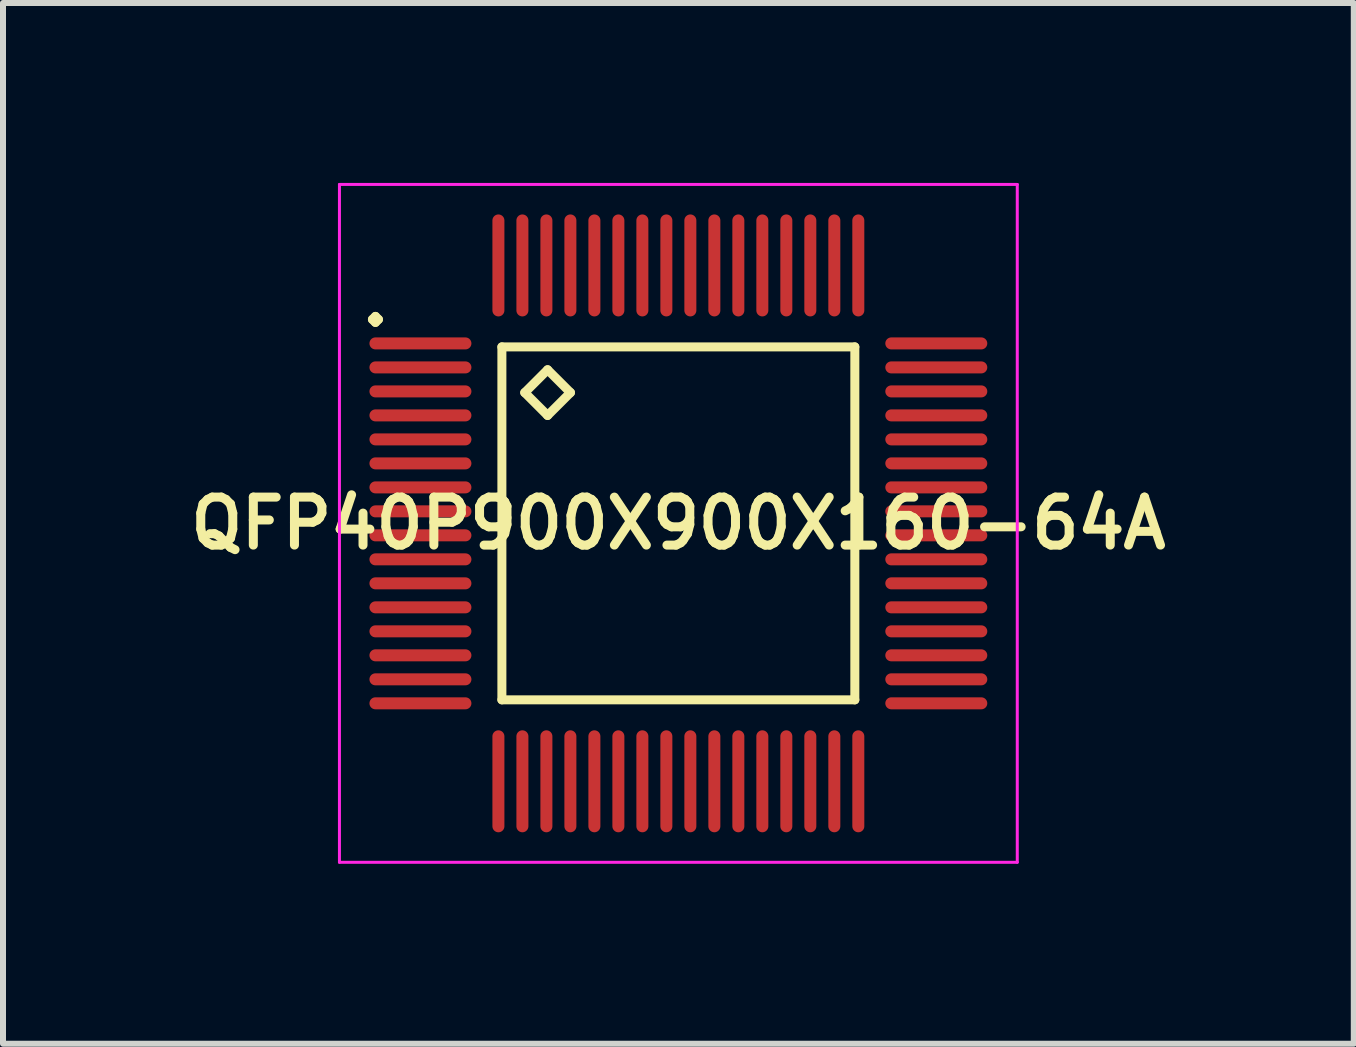
<source format=kicad_pcb>
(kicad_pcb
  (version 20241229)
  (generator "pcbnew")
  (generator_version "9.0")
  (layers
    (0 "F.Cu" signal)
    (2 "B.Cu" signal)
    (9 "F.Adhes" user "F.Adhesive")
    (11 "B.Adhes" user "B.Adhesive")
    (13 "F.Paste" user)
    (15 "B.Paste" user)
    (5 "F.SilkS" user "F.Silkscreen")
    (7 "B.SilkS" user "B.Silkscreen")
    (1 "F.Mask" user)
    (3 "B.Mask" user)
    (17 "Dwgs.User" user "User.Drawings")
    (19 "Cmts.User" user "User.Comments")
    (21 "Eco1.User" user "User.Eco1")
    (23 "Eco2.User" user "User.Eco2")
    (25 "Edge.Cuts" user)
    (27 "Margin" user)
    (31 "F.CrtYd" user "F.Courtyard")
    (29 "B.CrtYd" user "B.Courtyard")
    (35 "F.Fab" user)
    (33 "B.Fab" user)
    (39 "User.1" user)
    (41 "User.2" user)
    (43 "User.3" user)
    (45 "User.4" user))
  (footprint "QFP40P900X900X160-64A"
    (layer "F.Cu")
    (at 8.259 5.675)
    (property "Reference" "QFP40P900X900X160-64A" (at 0 0 0) (layer "F.SilkS") (effects (font (size 0.8 0.8) (thickness 0.15))))
    (attr smd)
    (fp_line (start -5.1 -3.4) (end -5.05 -3.45) (stroke (width 0.15) (type solid)) (layer "F.SilkS"))
    (fp_line (start -5.05 -3.45) (end -5 -3.4) (stroke (width 0.15) (type solid)) (layer "F.SilkS"))
    (fp_line (start -5.05 -3.35) (end -5.1 -3.4) (stroke (width 0.15) (type solid)) (layer "F.SilkS"))
    (fp_line (start -5 -3.4) (end -5.05 -3.35) (stroke (width 0.15) (type solid)) (layer "F.SilkS"))
    (fp_line (start -2.942 -2.942) (end -2.942 2.942) (stroke (width 0.15) (type solid)) (layer "F.SilkS"))
    (fp_line (start -2.942 2.942) (end 2.942 2.942) (stroke (width 0.15) (type solid)) (layer "F.SilkS"))
    (fp_line (start -2.561 -2.18) (end -2.18 -2.561) (stroke (width 0.15) (type solid)) (layer "F.SilkS"))
    (fp_line (start -2.18 -2.561) (end -1.799 -2.18) (stroke (width 0.15) (type solid)) (layer "F.SilkS"))
    (fp_line (start -2.18 -1.799) (end -2.561 -2.18) (stroke (width 0.15) (type solid)) (layer "F.SilkS"))
    (fp_line (start -1.799 -2.18) (end -2.18 -1.799) (stroke (width 0.15) (type solid)) (layer "F.SilkS"))
    (fp_line (start 2.942 -2.942) (end -2.942 -2.942) (stroke (width 0.15) (type solid)) (layer "F.SilkS"))
    (fp_line (start 2.942 2.942) (end 2.942 -2.942) (stroke (width 0.15) (type solid)) (layer "F.SilkS"))
    (fp_line (start -5.65 -5.65) (end 5.65 -5.65) (stroke (width 0.05) (type solid)) (layer "F.CrtYd"))
    (fp_line (start -5.65 5.65) (end -5.65 -5.65) (stroke (width 0.05) (type solid)) (layer "F.CrtYd"))
    (fp_line (start 5.65 -5.65) (end 5.65 5.65) (stroke (width 0.05) (type solid)) (layer "F.CrtYd"))
    (fp_line (start 5.65 5.65) (end -5.65 5.65) (stroke (width 0.05) (type solid)) (layer "F.CrtYd"))
    (pad "1" smd oval (at -4.3 -3) (size 1.7 0.2) (layers "F.Cu" "F.Mask" "F.Paste"))
    (pad "2" smd oval (at -4.3 -2.6) (size 1.7 0.2) (layers "F.Cu" "F.Mask" "F.Paste"))
    (pad "3" smd oval (at -4.3 -2.2) (size 1.7 0.2) (layers "F.Cu" "F.Mask" "F.Paste"))
    (pad "4" smd oval (at -4.3 -1.8) (size 1.7 0.2) (layers "F.Cu" "F.Mask" "F.Paste"))
    (pad "5" smd oval (at -4.3 -1.4) (size 1.7 0.2) (layers "F.Cu" "F.Mask" "F.Paste"))
    (pad "6" smd oval (at -4.3 -1) (size 1.7 0.2) (layers "F.Cu" "F.Mask" "F.Paste"))
    (pad "7" smd oval (at -4.3 -0.6) (size 1.7 0.2) (layers "F.Cu" "F.Mask" "F.Paste"))
    (pad "8" smd oval (at -4.3 -0.2) (size 1.7 0.2) (layers "F.Cu" "F.Mask" "F.Paste"))
    (pad "9" smd oval (at -4.3 0.2) (size 1.7 0.2) (layers "F.Cu" "F.Mask" "F.Paste"))
    (pad "10" smd oval (at -4.3 0.6) (size 1.7 0.2) (layers "F.Cu" "F.Mask" "F.Paste"))
    (pad "11" smd oval (at -4.3 1) (size 1.7 0.2) (layers "F.Cu" "F.Mask" "F.Paste"))
    (pad "12" smd oval (at -4.3 1.4) (size 1.7 0.2) (layers "F.Cu" "F.Mask" "F.Paste"))
    (pad "13" smd oval (at -4.3 1.8) (size 1.7 0.2) (layers "F.Cu" "F.Mask" "F.Paste"))
    (pad "14" smd oval (at -4.3 2.2) (size 1.7 0.2) (layers "F.Cu" "F.Mask" "F.Paste"))
    (pad "15" smd oval (at -4.3 2.6) (size 1.7 0.2) (layers "F.Cu" "F.Mask" "F.Paste"))
    (pad "16" smd oval (at -4.3 3) (size 1.7 0.2) (layers "F.Cu" "F.Mask" "F.Paste"))
    (pad "17" smd oval (at -3 4.3) (size 0.2 1.7) (layers "F.Cu" "F.Mask" "F.Paste"))
    (pad "18" smd oval (at -2.6 4.3) (size 0.2 1.7) (layers "F.Cu" "F.Mask" "F.Paste"))
    (pad "19" smd oval (at -2.2 4.3) (size 0.2 1.7) (layers "F.Cu" "F.Mask" "F.Paste"))
    (pad "20" smd oval (at -1.8 4.3) (size 0.2 1.7) (layers "F.Cu" "F.Mask" "F.Paste"))
    (pad "21" smd oval (at -1.4 4.3) (size 0.2 1.7) (layers "F.Cu" "F.Mask" "F.Paste"))
    (pad "22" smd oval (at -1 4.3) (size 0.2 1.7) (layers "F.Cu" "F.Mask" "F.Paste"))
    (pad "23" smd oval (at -0.6 4.3) (size 0.2 1.7) (layers "F.Cu" "F.Mask" "F.Paste"))
    (pad "24" smd oval (at -0.2 4.3) (size 0.2 1.7) (layers "F.Cu" "F.Mask" "F.Paste"))
    (pad "25" smd oval (at 0.2 4.3) (size 0.2 1.7) (layers "F.Cu" "F.Mask" "F.Paste"))
    (pad "26" smd oval (at 0.6 4.3) (size 0.2 1.7) (layers "F.Cu" "F.Mask" "F.Paste"))
    (pad "27" smd oval (at 1 4.3) (size 0.2 1.7) (layers "F.Cu" "F.Mask" "F.Paste"))
    (pad "28" smd oval (at 1.4 4.3) (size 0.2 1.7) (layers "F.Cu" "F.Mask" "F.Paste"))
    (pad "29" smd oval (at 1.8 4.3) (size 0.2 1.7) (layers "F.Cu" "F.Mask" "F.Paste"))
    (pad "30" smd oval (at 2.2 4.3) (size 0.2 1.7) (layers "F.Cu" "F.Mask" "F.Paste"))
    (pad "31" smd oval (at 2.6 4.3) (size 0.2 1.7) (layers "F.Cu" "F.Mask" "F.Paste"))
    (pad "32" smd oval (at 3 4.3) (size 0.2 1.7) (layers "F.Cu" "F.Mask" "F.Paste"))
    (pad "33" smd oval (at 4.3 3) (size 1.7 0.2) (layers "F.Cu" "F.Mask" "F.Paste"))
    (pad "34" smd oval (at 4.3 2.6) (size 1.7 0.2) (layers "F.Cu" "F.Mask" "F.Paste"))
    (pad "35" smd oval (at 4.3 2.2) (size 1.7 0.2) (layers "F.Cu" "F.Mask" "F.Paste"))
    (pad "36" smd oval (at 4.3 1.8) (size 1.7 0.2) (layers "F.Cu" "F.Mask" "F.Paste"))
    (pad "37" smd oval (at 4.3 1.4) (size 1.7 0.2) (layers "F.Cu" "F.Mask" "F.Paste"))
    (pad "38" smd oval (at 4.3 1) (size 1.7 0.2) (layers "F.Cu" "F.Mask" "F.Paste"))
    (pad "39" smd oval (at 4.3 0.6) (size 1.7 0.2) (layers "F.Cu" "F.Mask" "F.Paste"))
    (pad "40" smd oval (at 4.3 0.2) (size 1.7 0.2) (layers "F.Cu" "F.Mask" "F.Paste"))
    (pad "41" smd oval (at 4.3 -0.2) (size 1.7 0.2) (layers "F.Cu" "F.Mask" "F.Paste"))
    (pad "42" smd oval (at 4.3 -0.6) (size 1.7 0.2) (layers "F.Cu" "F.Mask" "F.Paste"))
    (pad "43" smd oval (at 4.3 -1) (size 1.7 0.2) (layers "F.Cu" "F.Mask" "F.Paste"))
    (pad "44" smd oval (at 4.3 -1.4) (size 1.7 0.2) (layers "F.Cu" "F.Mask" "F.Paste"))
    (pad "45" smd oval (at 4.3 -1.8) (size 1.7 0.2) (layers "F.Cu" "F.Mask" "F.Paste"))
    (pad "46" smd oval (at 4.3 -2.2) (size 1.7 0.2) (layers "F.Cu" "F.Mask" "F.Paste"))
    (pad "47" smd oval (at 4.3 -2.6) (size 1.7 0.2) (layers "F.Cu" "F.Mask" "F.Paste"))
    (pad "48" smd oval (at 4.3 -3) (size 1.7 0.2) (layers "F.Cu" "F.Mask" "F.Paste"))
    (pad "49" smd oval (at 3 -4.3) (size 0.2 1.7) (layers "F.Cu" "F.Mask" "F.Paste"))
    (pad "50" smd oval (at 2.6 -4.3) (size 0.2 1.7) (layers "F.Cu" "F.Mask" "F.Paste"))
    (pad "51" smd oval (at 2.2 -4.3) (size 0.2 1.7) (layers "F.Cu" "F.Mask" "F.Paste"))
    (pad "52" smd oval (at 1.8 -4.3) (size 0.2 1.7) (layers "F.Cu" "F.Mask" "F.Paste"))
    (pad "53" smd oval (at 1.4 -4.3) (size 0.2 1.7) (layers "F.Cu" "F.Mask" "F.Paste"))
    (pad "54" smd oval (at 1 -4.3) (size 0.2 1.7) (layers "F.Cu" "F.Mask" "F.Paste"))
    (pad "55" smd oval (at 0.6 -4.3) (size 0.2 1.7) (layers "F.Cu" "F.Mask" "F.Paste"))
    (pad "56" smd oval (at 0.2 -4.3) (size 0.2 1.7) (layers "F.Cu" "F.Mask" "F.Paste"))
    (pad "57" smd oval (at -0.2 -4.3) (size 0.2 1.7) (layers "F.Cu" "F.Mask" "F.Paste"))
    (pad "58" smd oval (at -0.6 -4.3) (size 0.2 1.7) (layers "F.Cu" "F.Mask" "F.Paste"))
    (pad "59" smd oval (at -1 -4.3) (size 0.2 1.7) (layers "F.Cu" "F.Mask" "F.Paste"))
    (pad "60" smd oval (at -1.4 -4.3) (size 0.2 1.7) (layers "F.Cu" "F.Mask" "F.Paste"))
    (pad "61" smd oval (at -1.8 -4.3) (size 0.2 1.7) (layers "F.Cu" "F.Mask" "F.Paste"))
    (pad "62" smd oval (at -2.2 -4.3) (size 0.2 1.7) (layers "F.Cu" "F.Mask" "F.Paste"))
    (pad "63" smd oval (at -2.6 -4.3) (size 0.2 1.7) (layers "F.Cu" "F.Mask" "F.Paste"))
    (pad "64" smd oval (at -3 -4.3) (size 0.2 1.7) (layers "F.Cu" "F.Mask" "F.Paste")))
  (gr_rect
    (start -3 -3)
    (end 19.519 14.35)
    (stroke (width 0.1) (type default))
    (fill no)
    (layer "Edge.Cuts")))
</source>
